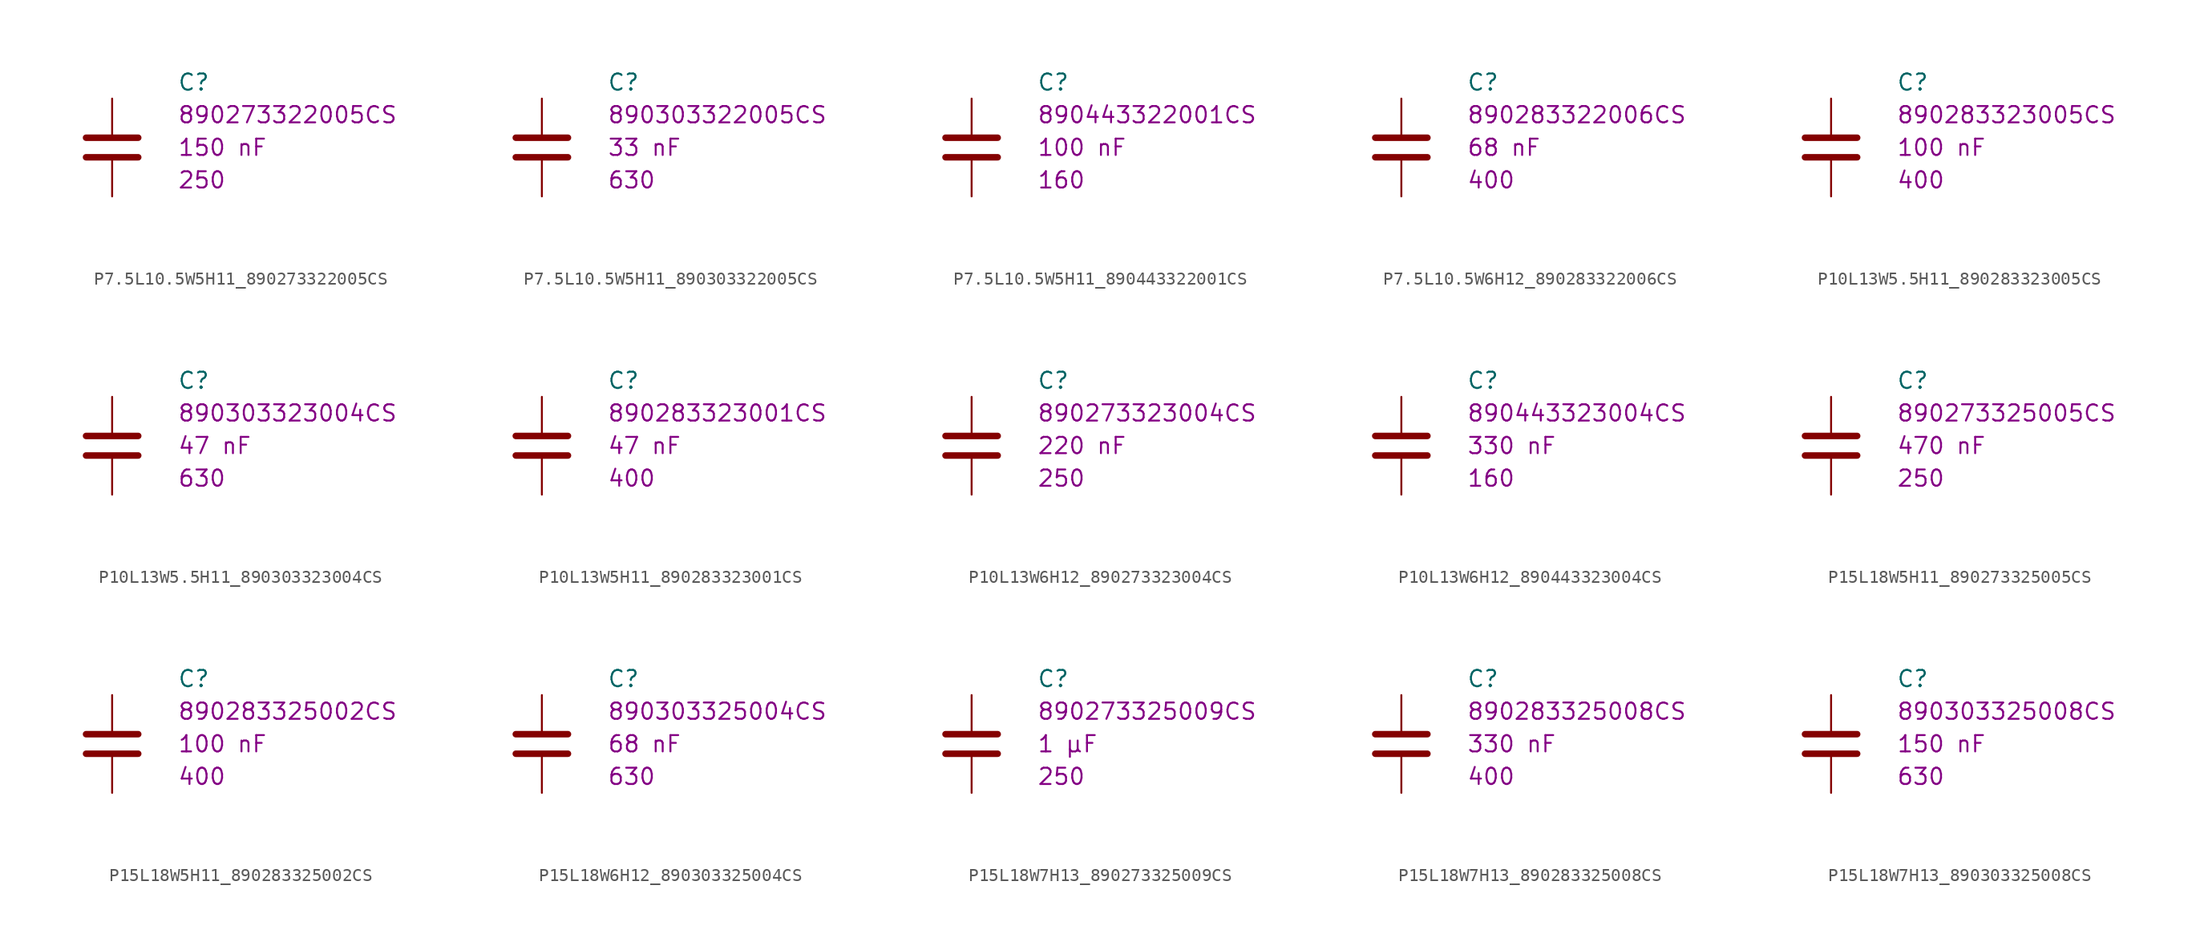
<source format=kicad_sym>
(kicad_symbol_lib
  (version 20220914)
  (generator kicad_symbol_editor)
  (symbol "P7.5L10.5W5H11_890273322005CS"
    (pin_numbers hide)
    (pin_names hide)
    (property "Reference" "C"
      (at 5.08 5.08 0)
      (effects (font (size 1.27 1.27)) (justify left)))
    (property "Part Number" "890273322005CS"
      (at 5.08 2.54 0)
      (effects (font (size 1.27 1.27)) (justify left)))
    (property "Capacitance" "150 nF"
      (at 5.08 0 0)
      (effects (font (size 1.27 1.27)) (justify left)))
    (property "Voltage" "250"
      (at 5.08 -2.54 0)
      (effects (font (size 1.27 1.27)) (justify left)))
    (property "Critical Parameter" ""
      (at 0 -7.62 0)
      (effects (font (size 1.27 1.27))))
    (symbol "P7.5L10.5W5H11_890273322005CS_0_1"
      (polyline (pts (xy -2.032 -0.762) (xy 2.032 -0.762)) (stroke (width 0.508) (type default)) (fill (type none)))
      (polyline (pts (xy -2.032 0.762) (xy 2.032 0.762)) (stroke (width 0.508) (type default)) (fill (type none))))
    (symbol "P7.5L10.5W5H11_890273322005CS_1_1"
      (pin passive line (at 0 3.81 270) (length 2.794) (name "1" (effects (font (size 1.27 1.27)))) (number "1" (effects (font (size 1.27 1.27)))))
      (pin passive line (at 0 -3.81 90) (length 2.794) (name "2" (effects (font (size 1.27 1.27)))) (number "2" (effects (font (size 1.27 1.27)))))))
  (symbol "P7.5L10.5W5H11_890303322005CS"
    (pin_numbers hide)
    (pin_names hide)
    (property "Reference" "C"
      (at 5.08 5.08 0)
      (effects (font (size 1.27 1.27)) (justify left)))
    (property "Part Number" "890303322005CS"
      (at 5.08 2.54 0)
      (effects (font (size 1.27 1.27)) (justify left)))
    (property "Capacitance" "33 nF"
      (at 5.08 0 0)
      (effects (font (size 1.27 1.27)) (justify left)))
    (property "Voltage" "630"
      (at 5.08 -2.54 0)
      (effects (font (size 1.27 1.27)) (justify left)))
    (property "Critical Parameter" ""
      (at 0 -7.62 0)
      (effects (font (size 1.27 1.27))))
    (symbol "P7.5L10.5W5H11_890303322005CS_0_1"
      (polyline (pts (xy -2.032 -0.762) (xy 2.032 -0.762)) (stroke (width 0.508) (type default)) (fill (type none)))
      (polyline (pts (xy -2.032 0.762) (xy 2.032 0.762)) (stroke (width 0.508) (type default)) (fill (type none))))
    (symbol "P7.5L10.5W5H11_890303322005CS_1_1"
      (pin passive line (at 0 3.81 270) (length 2.794) (name "1" (effects (font (size 1.27 1.27)))) (number "1" (effects (font (size 1.27 1.27)))))
      (pin passive line (at 0 -3.81 90) (length 2.794) (name "2" (effects (font (size 1.27 1.27)))) (number "2" (effects (font (size 1.27 1.27)))))))
  (symbol "P7.5L10.5W5H11_890443322001CS"
    (pin_numbers hide)
    (pin_names hide)
    (property "Reference" "C"
      (at 5.08 5.08 0)
      (effects (font (size 1.27 1.27)) (justify left)))
    (property "Part Number" "890443322001CS"
      (at 5.08 2.54 0)
      (effects (font (size 1.27 1.27)) (justify left)))
    (property "Capacitance" "100 nF"
      (at 5.08 0 0)
      (effects (font (size 1.27 1.27)) (justify left)))
    (property "Voltage" "160"
      (at 5.08 -2.54 0)
      (effects (font (size 1.27 1.27)) (justify left)))
    (property "Critical Parameter" ""
      (at 0 -7.62 0)
      (effects (font (size 1.27 1.27))))
    (symbol "P7.5L10.5W5H11_890443322001CS_0_1"
      (polyline (pts (xy -2.032 -0.762) (xy 2.032 -0.762)) (stroke (width 0.508) (type default)) (fill (type none)))
      (polyline (pts (xy -2.032 0.762) (xy 2.032 0.762)) (stroke (width 0.508) (type default)) (fill (type none))))
    (symbol "P7.5L10.5W5H11_890443322001CS_1_1"
      (pin passive line (at 0 3.81 270) (length 2.794) (name "1" (effects (font (size 1.27 1.27)))) (number "1" (effects (font (size 1.27 1.27)))))
      (pin passive line (at 0 -3.81 90) (length 2.794) (name "2" (effects (font (size 1.27 1.27)))) (number "2" (effects (font (size 1.27 1.27)))))))
  (symbol "P7.5L10.5W6H12_890283322006CS"
    (pin_numbers hide)
    (pin_names hide)
    (property "Reference" "C"
      (at 5.08 5.08 0)
      (effects (font (size 1.27 1.27)) (justify left)))
    (property "Part Number" "890283322006CS"
      (at 5.08 2.54 0)
      (effects (font (size 1.27 1.27)) (justify left)))
    (property "Capacitance" "68 nF"
      (at 5.08 0 0)
      (effects (font (size 1.27 1.27)) (justify left)))
    (property "Voltage" "400"
      (at 5.08 -2.54 0)
      (effects (font (size 1.27 1.27)) (justify left)))
    (property "Critical Parameter" ""
      (at 0 -7.62 0)
      (effects (font (size 1.27 1.27))))
    (symbol "P7.5L10.5W6H12_890283322006CS_0_1"
      (polyline (pts (xy -2.032 -0.762) (xy 2.032 -0.762)) (stroke (width 0.508) (type default)) (fill (type none)))
      (polyline (pts (xy -2.032 0.762) (xy 2.032 0.762)) (stroke (width 0.508) (type default)) (fill (type none))))
    (symbol "P7.5L10.5W6H12_890283322006CS_1_1"
      (pin passive line (at 0 3.81 270) (length 2.794) (name "1" (effects (font (size 1.27 1.27)))) (number "1" (effects (font (size 1.27 1.27)))))
      (pin passive line (at 0 -3.81 90) (length 2.794) (name "2" (effects (font (size 1.27 1.27)))) (number "2" (effects (font (size 1.27 1.27)))))))
  (symbol "P10L13W5.5H11_890283323005CS"
    (pin_numbers hide)
    (pin_names hide)
    (property "Reference" "C"
      (at 5.08 5.08 0)
      (effects (font (size 1.27 1.27)) (justify left)))
    (property "Part Number" "890283323005CS"
      (at 5.08 2.54 0)
      (effects (font (size 1.27 1.27)) (justify left)))
    (property "Capacitance" "100 nF"
      (at 5.08 0 0)
      (effects (font (size 1.27 1.27)) (justify left)))
    (property "Voltage" "400"
      (at 5.08 -2.54 0)
      (effects (font (size 1.27 1.27)) (justify left)))
    (property "Critical Parameter" ""
      (at 0 -7.62 0)
      (effects (font (size 1.27 1.27))))
    (symbol "P10L13W5.5H11_890283323005CS_0_1"
      (polyline (pts (xy -2.032 -0.762) (xy 2.032 -0.762)) (stroke (width 0.508) (type default)) (fill (type none)))
      (polyline (pts (xy -2.032 0.762) (xy 2.032 0.762)) (stroke (width 0.508) (type default)) (fill (type none))))
    (symbol "P10L13W5.5H11_890283323005CS_1_1"
      (pin passive line (at 0 3.81 270) (length 2.794) (name "1" (effects (font (size 1.27 1.27)))) (number "1" (effects (font (size 1.27 1.27)))))
      (pin passive line (at 0 -3.81 90) (length 2.794) (name "2" (effects (font (size 1.27 1.27)))) (number "2" (effects (font (size 1.27 1.27)))))))
  (symbol "P10L13W5.5H11_890303323004CS"
    (pin_numbers hide)
    (pin_names hide)
    (property "Reference" "C"
      (at 5.08 5.08 0)
      (effects (font (size 1.27 1.27)) (justify left)))
    (property "Part Number" "890303323004CS"
      (at 5.08 2.54 0)
      (effects (font (size 1.27 1.27)) (justify left)))
    (property "Capacitance" "47 nF"
      (at 5.08 0 0)
      (effects (font (size 1.27 1.27)) (justify left)))
    (property "Voltage" "630"
      (at 5.08 -2.54 0)
      (effects (font (size 1.27 1.27)) (justify left)))
    (property "Critical Parameter" ""
      (at 0 -7.62 0)
      (effects (font (size 1.27 1.27))))
    (symbol "P10L13W5.5H11_890303323004CS_0_1"
      (polyline (pts (xy -2.032 -0.762) (xy 2.032 -0.762)) (stroke (width 0.508) (type default)) (fill (type none)))
      (polyline (pts (xy -2.032 0.762) (xy 2.032 0.762)) (stroke (width 0.508) (type default)) (fill (type none))))
    (symbol "P10L13W5.5H11_890303323004CS_1_1"
      (pin passive line (at 0 3.81 270) (length 2.794) (name "1" (effects (font (size 1.27 1.27)))) (number "1" (effects (font (size 1.27 1.27)))))
      (pin passive line (at 0 -3.81 90) (length 2.794) (name "2" (effects (font (size 1.27 1.27)))) (number "2" (effects (font (size 1.27 1.27)))))))
  (symbol "P10L13W5H11_890283323001CS"
    (pin_numbers hide)
    (pin_names hide)
    (property "Reference" "C"
      (at 5.08 5.08 0)
      (effects (font (size 1.27 1.27)) (justify left)))
    (property "Part Number" "890283323001CS"
      (at 5.08 2.54 0)
      (effects (font (size 1.27 1.27)) (justify left)))
    (property "Capacitance" "47 nF"
      (at 5.08 0 0)
      (effects (font (size 1.27 1.27)) (justify left)))
    (property "Voltage" "400"
      (at 5.08 -2.54 0)
      (effects (font (size 1.27 1.27)) (justify left)))
    (property "Critical Parameter" ""
      (at 0 -7.62 0)
      (effects (font (size 1.27 1.27))))
    (symbol "P10L13W5H11_890283323001CS_0_1"
      (polyline (pts (xy -2.032 -0.762) (xy 2.032 -0.762)) (stroke (width 0.508) (type default)) (fill (type none)))
      (polyline (pts (xy -2.032 0.762) (xy 2.032 0.762)) (stroke (width 0.508) (type default)) (fill (type none))))
    (symbol "P10L13W5H11_890283323001CS_1_1"
      (pin passive line (at 0 3.81 270) (length 2.794) (name "1" (effects (font (size 1.27 1.27)))) (number "1" (effects (font (size 1.27 1.27)))))
      (pin passive line (at 0 -3.81 90) (length 2.794) (name "2" (effects (font (size 1.27 1.27)))) (number "2" (effects (font (size 1.27 1.27)))))))
  (symbol "P10L13W6H12_890273323004CS"
    (pin_numbers hide)
    (pin_names hide)
    (property "Reference" "C"
      (at 5.08 5.08 0)
      (effects (font (size 1.27 1.27)) (justify left)))
    (property "Part Number" "890273323004CS"
      (at 5.08 2.54 0)
      (effects (font (size 1.27 1.27)) (justify left)))
    (property "Capacitance" "220 nF"
      (at 5.08 0 0)
      (effects (font (size 1.27 1.27)) (justify left)))
    (property "Voltage" "250"
      (at 5.08 -2.54 0)
      (effects (font (size 1.27 1.27)) (justify left)))
    (property "Critical Parameter" ""
      (at 0 -7.62 0)
      (effects (font (size 1.27 1.27))))
    (symbol "P10L13W6H12_890273323004CS_0_1"
      (polyline (pts (xy -2.032 -0.762) (xy 2.032 -0.762)) (stroke (width 0.508) (type default)) (fill (type none)))
      (polyline (pts (xy -2.032 0.762) (xy 2.032 0.762)) (stroke (width 0.508) (type default)) (fill (type none))))
    (symbol "P10L13W6H12_890273323004CS_1_1"
      (pin passive line (at 0 3.81 270) (length 2.794) (name "1" (effects (font (size 1.27 1.27)))) (number "1" (effects (font (size 1.27 1.27)))))
      (pin passive line (at 0 -3.81 90) (length 2.794) (name "2" (effects (font (size 1.27 1.27)))) (number "2" (effects (font (size 1.27 1.27)))))))
  (symbol "P10L13W6H12_890443323004CS"
    (pin_numbers hide)
    (pin_names hide)
    (property "Reference" "C"
      (at 5.08 5.08 0)
      (effects (font (size 1.27 1.27)) (justify left)))
    (property "Part Number" "890443323004CS"
      (at 5.08 2.54 0)
      (effects (font (size 1.27 1.27)) (justify left)))
    (property "Capacitance" "330 nF"
      (at 5.08 0 0)
      (effects (font (size 1.27 1.27)) (justify left)))
    (property "Voltage" "160"
      (at 5.08 -2.54 0)
      (effects (font (size 1.27 1.27)) (justify left)))
    (property "Critical Parameter" ""
      (at 0 -7.62 0)
      (effects (font (size 1.27 1.27))))
    (symbol "P10L13W6H12_890443323004CS_0_1"
      (polyline (pts (xy -2.032 -0.762) (xy 2.032 -0.762)) (stroke (width 0.508) (type default)) (fill (type none)))
      (polyline (pts (xy -2.032 0.762) (xy 2.032 0.762)) (stroke (width 0.508) (type default)) (fill (type none))))
    (symbol "P10L13W6H12_890443323004CS_1_1"
      (pin passive line (at 0 3.81 270) (length 2.794) (name "1" (effects (font (size 1.27 1.27)))) (number "1" (effects (font (size 1.27 1.27)))))
      (pin passive line (at 0 -3.81 90) (length 2.794) (name "2" (effects (font (size 1.27 1.27)))) (number "2" (effects (font (size 1.27 1.27)))))))
  (symbol "P15L18W5H11_890273325005CS"
    (pin_numbers hide)
    (pin_names hide)
    (property "Reference" "C"
      (at 5.08 5.08 0)
      (effects (font (size 1.27 1.27)) (justify left)))
    (property "Part Number" "890273325005CS"
      (at 5.08 2.54 0)
      (effects (font (size 1.27 1.27)) (justify left)))
    (property "Capacitance" "470 nF"
      (at 5.08 0 0)
      (effects (font (size 1.27 1.27)) (justify left)))
    (property "Voltage" "250"
      (at 5.08 -2.54 0)
      (effects (font (size 1.27 1.27)) (justify left)))
    (property "Critical Parameter" ""
      (at 0 -7.62 0)
      (effects (font (size 1.27 1.27))))
    (symbol "P15L18W5H11_890273325005CS_0_1"
      (polyline (pts (xy -2.032 -0.762) (xy 2.032 -0.762)) (stroke (width 0.508) (type default)) (fill (type none)))
      (polyline (pts (xy -2.032 0.762) (xy 2.032 0.762)) (stroke (width 0.508) (type default)) (fill (type none))))
    (symbol "P15L18W5H11_890273325005CS_1_1"
      (pin passive line (at 0 3.81 270) (length 2.794) (name "1" (effects (font (size 1.27 1.27)))) (number "1" (effects (font (size 1.27 1.27)))))
      (pin passive line (at 0 -3.81 90) (length 2.794) (name "2" (effects (font (size 1.27 1.27)))) (number "2" (effects (font (size 1.27 1.27)))))))
  (symbol "P15L18W5H11_890283325002CS"
    (pin_numbers hide)
    (pin_names hide)
    (property "Reference" "C"
      (at 5.08 5.08 0)
      (effects (font (size 1.27 1.27)) (justify left)))
    (property "Part Number" "890283325002CS"
      (at 5.08 2.54 0)
      (effects (font (size 1.27 1.27)) (justify left)))
    (property "Capacitance" "100 nF"
      (at 5.08 0 0)
      (effects (font (size 1.27 1.27)) (justify left)))
    (property "Voltage" "400"
      (at 5.08 -2.54 0)
      (effects (font (size 1.27 1.27)) (justify left)))
    (property "Critical Parameter" ""
      (at 0 -7.62 0)
      (effects (font (size 1.27 1.27))))
    (symbol "P15L18W5H11_890283325002CS_0_1"
      (polyline (pts (xy -2.032 -0.762) (xy 2.032 -0.762)) (stroke (width 0.508) (type default)) (fill (type none)))
      (polyline (pts (xy -2.032 0.762) (xy 2.032 0.762)) (stroke (width 0.508) (type default)) (fill (type none))))
    (symbol "P15L18W5H11_890283325002CS_1_1"
      (pin passive line (at 0 3.81 270) (length 2.794) (name "1" (effects (font (size 1.27 1.27)))) (number "1" (effects (font (size 1.27 1.27)))))
      (pin passive line (at 0 -3.81 90) (length 2.794) (name "2" (effects (font (size 1.27 1.27)))) (number "2" (effects (font (size 1.27 1.27)))))))
  (symbol "P15L18W6H12_890303325004CS"
    (pin_numbers hide)
    (pin_names hide)
    (property "Reference" "C"
      (at 5.08 5.08 0)
      (effects (font (size 1.27 1.27)) (justify left)))
    (property "Part Number" "890303325004CS"
      (at 5.08 2.54 0)
      (effects (font (size 1.27 1.27)) (justify left)))
    (property "Capacitance" "68 nF"
      (at 5.08 0 0)
      (effects (font (size 1.27 1.27)) (justify left)))
    (property "Voltage" "630"
      (at 5.08 -2.54 0)
      (effects (font (size 1.27 1.27)) (justify left)))
    (property "Critical Parameter" ""
      (at 0 -7.62 0)
      (effects (font (size 1.27 1.27))))
    (symbol "P15L18W6H12_890303325004CS_0_1"
      (polyline (pts (xy -2.032 -0.762) (xy 2.032 -0.762)) (stroke (width 0.508) (type default)) (fill (type none)))
      (polyline (pts (xy -2.032 0.762) (xy 2.032 0.762)) (stroke (width 0.508) (type default)) (fill (type none))))
    (symbol "P15L18W6H12_890303325004CS_1_1"
      (pin passive line (at 0 3.81 270) (length 2.794) (name "1" (effects (font (size 1.27 1.27)))) (number "1" (effects (font (size 1.27 1.27)))))
      (pin passive line (at 0 -3.81 90) (length 2.794) (name "2" (effects (font (size 1.27 1.27)))) (number "2" (effects (font (size 1.27 1.27)))))))
  (symbol "P15L18W7H13_890273325009CS"
    (pin_numbers hide)
    (pin_names hide)
    (property "Reference" "C"
      (at 5.08 5.08 0)
      (effects (font (size 1.27 1.27)) (justify left)))
    (property "Part Number" "890273325009CS"
      (at 5.08 2.54 0)
      (effects (font (size 1.27 1.27)) (justify left)))
    (property "Capacitance" "1 µF"
      (at 5.08 0 0)
      (effects (font (size 1.27 1.27)) (justify left)))
    (property "Voltage" "250"
      (at 5.08 -2.54 0)
      (effects (font (size 1.27 1.27)) (justify left)))
    (property "Critical Parameter" ""
      (at 0 -7.62 0)
      (effects (font (size 1.27 1.27))))
    (symbol "P15L18W7H13_890273325009CS_0_1"
      (polyline (pts (xy -2.032 -0.762) (xy 2.032 -0.762)) (stroke (width 0.508) (type default)) (fill (type none)))
      (polyline (pts (xy -2.032 0.762) (xy 2.032 0.762)) (stroke (width 0.508) (type default)) (fill (type none))))
    (symbol "P15L18W7H13_890273325009CS_1_1"
      (pin passive line (at 0 3.81 270) (length 2.794) (name "1" (effects (font (size 1.27 1.27)))) (number "1" (effects (font (size 1.27 1.27)))))
      (pin passive line (at 0 -3.81 90) (length 2.794) (name "2" (effects (font (size 1.27 1.27)))) (number "2" (effects (font (size 1.27 1.27)))))))
  (symbol "P15L18W7H13_890283325008CS"
    (pin_numbers hide)
    (pin_names hide)
    (property "Reference" "C"
      (at 5.08 5.08 0)
      (effects (font (size 1.27 1.27)) (justify left)))
    (property "Part Number" "890283325008CS"
      (at 5.08 2.54 0)
      (effects (font (size 1.27 1.27)) (justify left)))
    (property "Capacitance" "330 nF"
      (at 5.08 0 0)
      (effects (font (size 1.27 1.27)) (justify left)))
    (property "Voltage" "400"
      (at 5.08 -2.54 0)
      (effects (font (size 1.27 1.27)) (justify left)))
    (property "Critical Parameter" ""
      (at 0 -7.62 0)
      (effects (font (size 1.27 1.27))))
    (symbol "P15L18W7H13_890283325008CS_0_1"
      (polyline (pts (xy -2.032 -0.762) (xy 2.032 -0.762)) (stroke (width 0.508) (type default)) (fill (type none)))
      (polyline (pts (xy -2.032 0.762) (xy 2.032 0.762)) (stroke (width 0.508) (type default)) (fill (type none))))
    (symbol "P15L18W7H13_890283325008CS_1_1"
      (pin passive line (at 0 3.81 270) (length 2.794) (name "1" (effects (font (size 1.27 1.27)))) (number "1" (effects (font (size 1.27 1.27)))))
      (pin passive line (at 0 -3.81 90) (length 2.794) (name "2" (effects (font (size 1.27 1.27)))) (number "2" (effects (font (size 1.27 1.27)))))))
  (symbol "P15L18W7H13_890303325008CS"
    (pin_numbers hide)
    (pin_names hide)
    (property "Reference" "C"
      (at 5.08 5.08 0)
      (effects (font (size 1.27 1.27)) (justify left)))
    (property "Part Number" "890303325008CS"
      (at 5.08 2.54 0)
      (effects (font (size 1.27 1.27)) (justify left)))
    (property "Capacitance" "150 nF"
      (at 5.08 0 0)
      (effects (font (size 1.27 1.27)) (justify left)))
    (property "Voltage" "630"
      (at 5.08 -2.54 0)
      (effects (font (size 1.27 1.27)) (justify left)))
    (property "Critical Parameter" ""
      (at 0 -7.62 0)
      (effects (font (size 1.27 1.27))))
    (symbol "P15L18W7H13_890303325008CS_0_1"
      (polyline (pts (xy -2.032 -0.762) (xy 2.032 -0.762)) (stroke (width 0.508) (type default)) (fill (type none)))
      (polyline (pts (xy -2.032 0.762) (xy 2.032 0.762)) (stroke (width 0.508) (type default)) (fill (type none))))
    (symbol "P15L18W7H13_890303325008CS_1_1"
      (pin passive line (at 0 3.81 270) (length 2.794) (name "1" (effects (font (size 1.27 1.27)))) (number "1" (effects (font (size 1.27 1.27)))))
      (pin passive line (at 0 -3.81 90) (length 2.794) (name "2" (effects (font (size 1.27 1.27)))) (number "2" (effects (font (size 1.27 1.27))))))))
</source>
